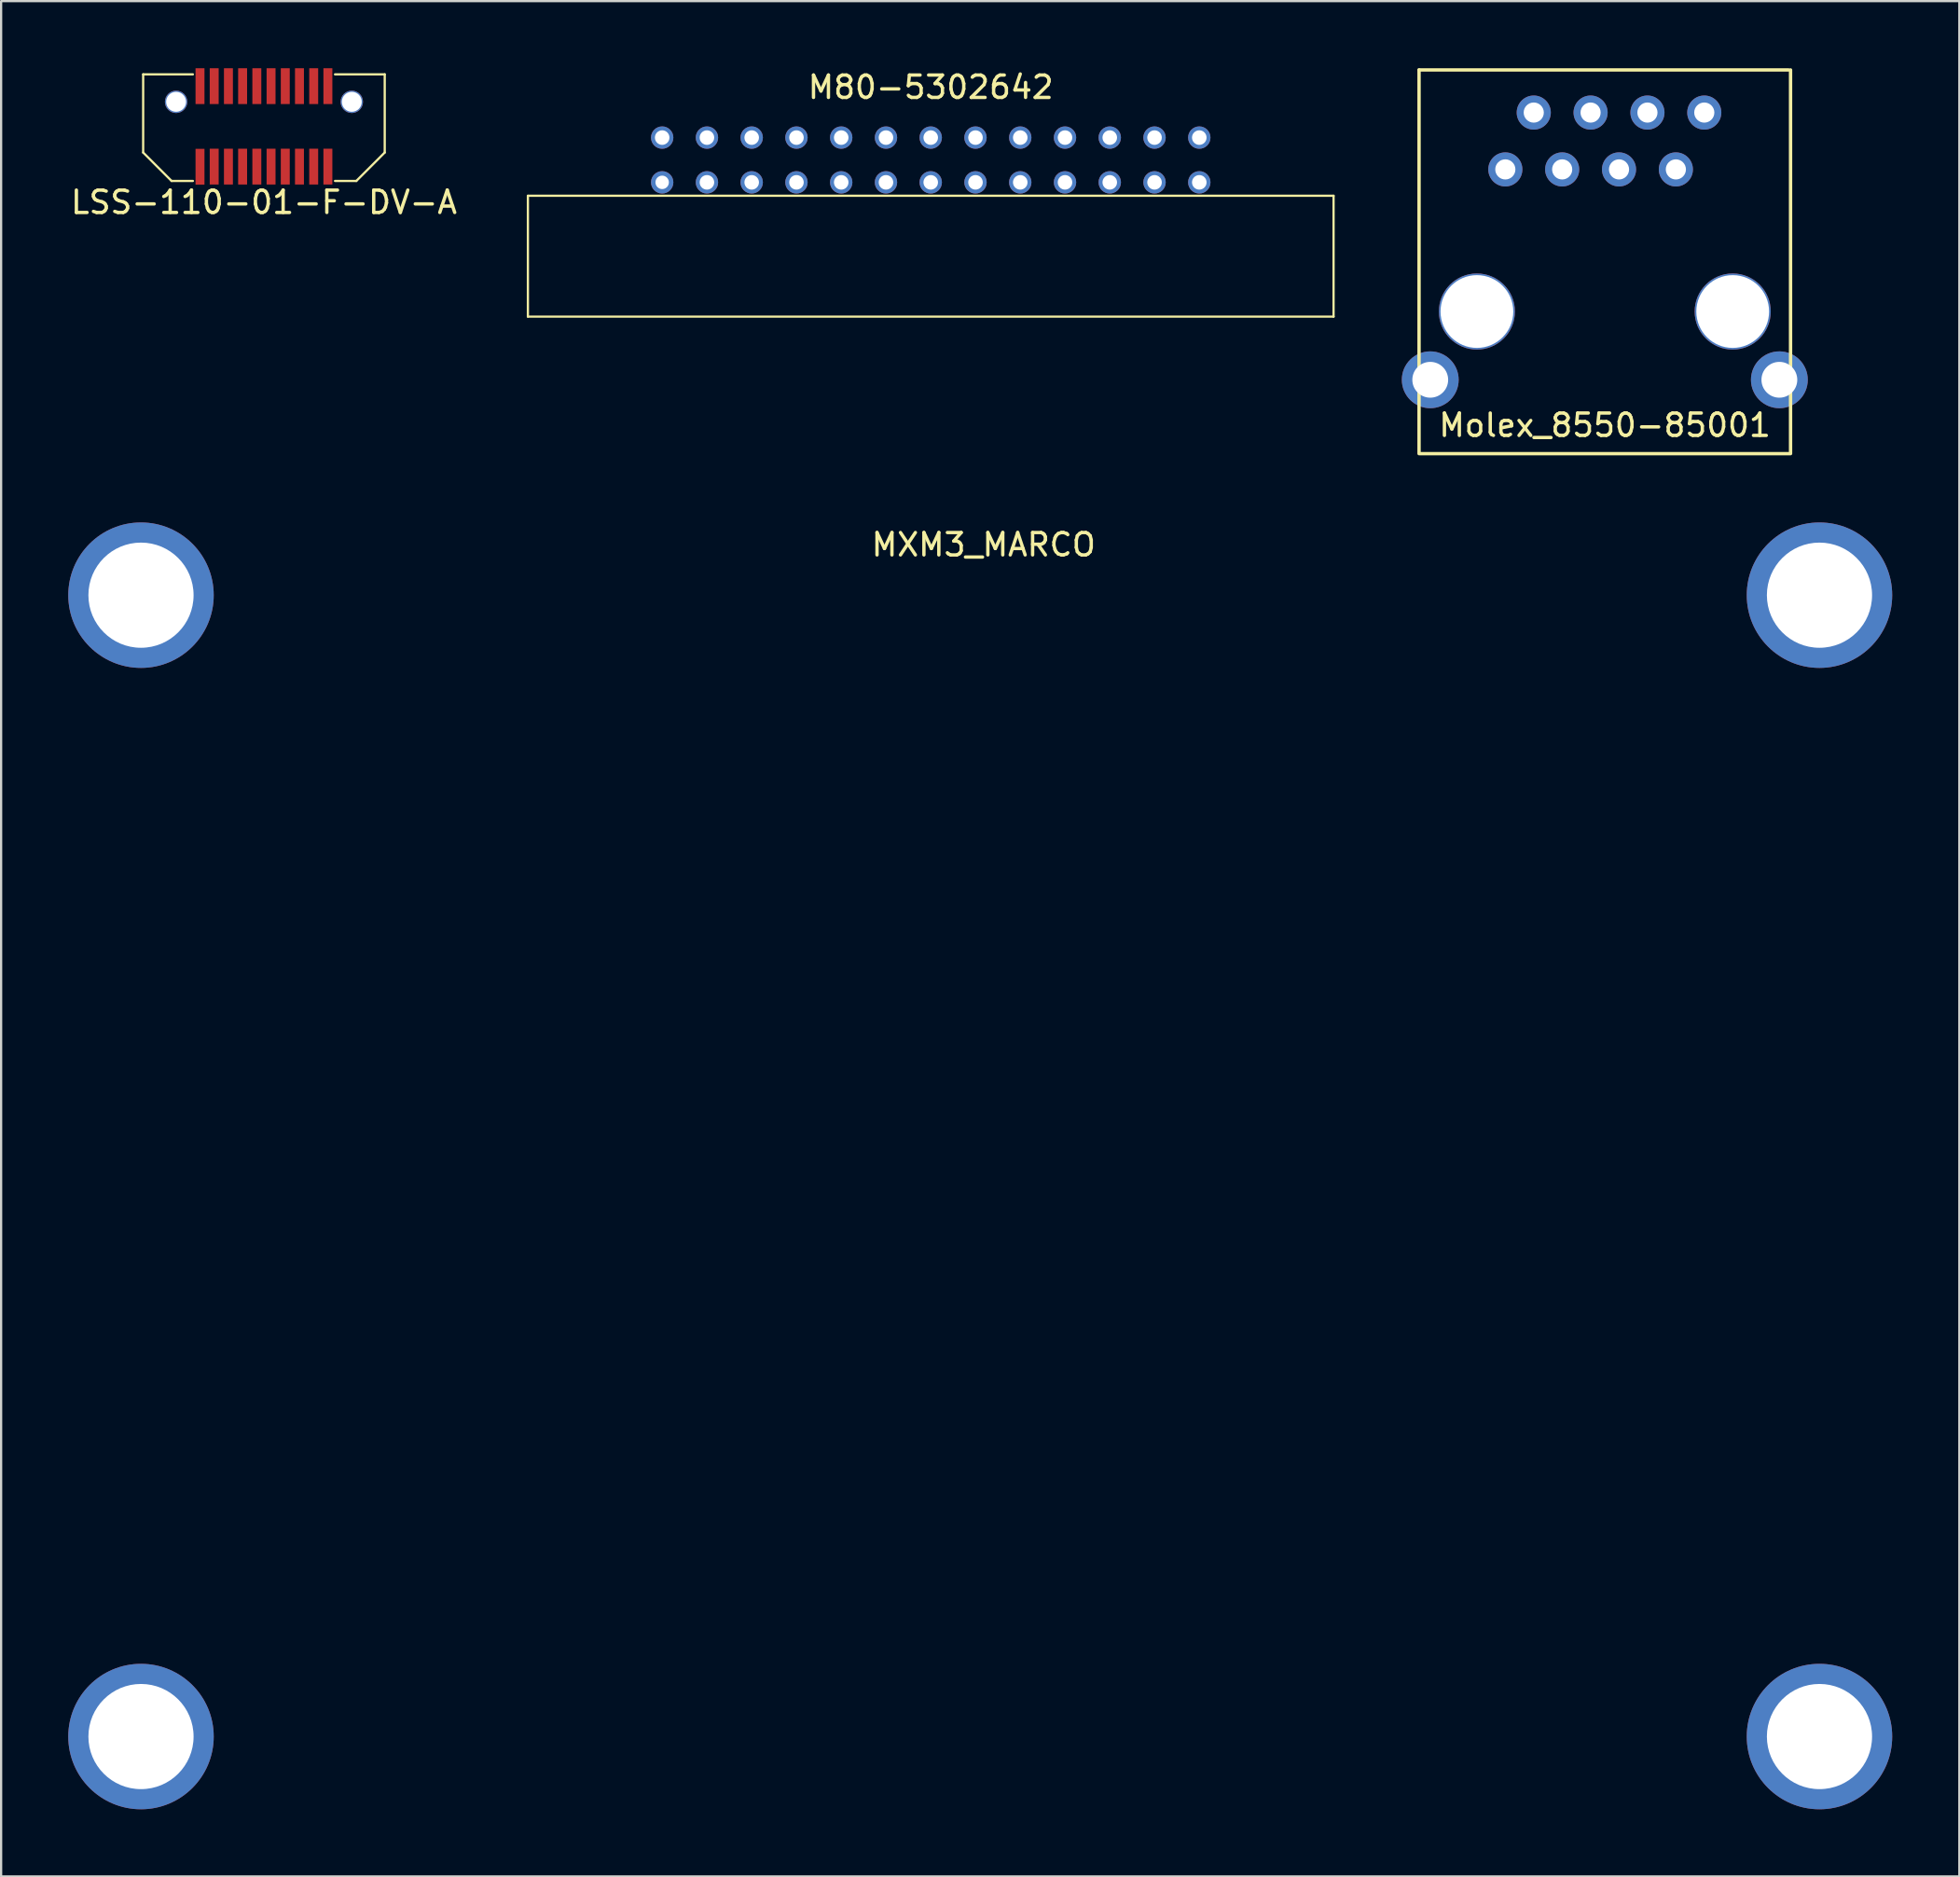
<source format=kicad_pcb>
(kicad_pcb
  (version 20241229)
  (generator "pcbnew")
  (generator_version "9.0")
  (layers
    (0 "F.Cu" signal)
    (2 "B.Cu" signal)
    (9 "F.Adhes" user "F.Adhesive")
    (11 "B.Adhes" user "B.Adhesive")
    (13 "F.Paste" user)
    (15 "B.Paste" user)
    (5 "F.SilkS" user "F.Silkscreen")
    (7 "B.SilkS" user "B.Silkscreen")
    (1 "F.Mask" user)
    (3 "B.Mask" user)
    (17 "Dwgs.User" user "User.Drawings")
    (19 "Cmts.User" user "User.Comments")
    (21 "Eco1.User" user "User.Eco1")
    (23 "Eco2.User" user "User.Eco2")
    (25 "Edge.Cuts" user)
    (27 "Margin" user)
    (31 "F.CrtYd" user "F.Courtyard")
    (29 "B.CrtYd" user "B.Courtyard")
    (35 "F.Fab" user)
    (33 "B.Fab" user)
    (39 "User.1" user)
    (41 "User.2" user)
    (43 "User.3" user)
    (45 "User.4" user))
  (footprint "LSS-110-01-F-DV-A"
    (layer "F.Cu")
    (at 8.744 2.6)
    (property "Reference" "LSS-110-01-F-DV-A" (at 0 3.388 0) (layer "F.SilkS") (effects (font (size 1 1) (thickness 0.15))))
    (attr smd)
    (fp_line (start -5.397 1.165) (end -5.397 -2.328) (stroke (width 0.1) (type solid)) (layer "F.SilkS"))
    (fp_line (start -4.128 2.435) (end -5.397 1.165) (stroke (width 0.1) (type solid)) (layer "F.SilkS"))
    (fp_line (start -3.175 -2.328) (end -5.397 -2.328) (stroke (width 0.1) (type solid)) (layer "F.SilkS"))
    (fp_line (start -3.175 2.435) (end -4.128 2.435) (stroke (width 0.1) (type solid)) (layer "F.SilkS"))
    (fp_line (start 3.175 2.435) (end 4.128 2.435) (stroke (width 0.1) (type solid)) (layer "F.SilkS"))
    (fp_line (start 4.128 2.435) (end 5.397 1.165) (stroke (width 0.1) (type solid)) (layer "F.SilkS"))
    (fp_line (start 5.397 -2.328) (end 3.175 -2.328) (stroke (width 0.1) (type solid)) (layer "F.SilkS"))
    (fp_line (start 5.397 1.165) (end 5.397 -2.328) (stroke (width 0.1) (type solid)) (layer "F.SilkS"))
    (pad "" thru_hole circle (at -3.925 -1.1) (size 1 1) (drill 0.89) (layers "*.Cu" "*.Mask"))
    (pad "" thru_hole circle (at 3.925 -1.1) (size 1 1) (drill 0.89) (layers "*.Cu" "*.Mask"))
    (pad "1" smd rect (at 2.857 1.795) (size 0.4 1.6) (layers "F.Cu" "F.Mask" "F.Paste"))
    (pad "2" smd rect (at 2.857 -1.8) (size 0.4 1.6) (layers "F.Cu" "F.Mask" "F.Paste"))
    (pad "3" smd rect (at 2.223 1.795) (size 0.4 1.6) (layers "F.Cu" "F.Mask" "F.Paste"))
    (pad "4" smd rect (at 2.223 -1.8) (size 0.4 1.6) (layers "F.Cu" "F.Mask" "F.Paste"))
    (pad "5" smd rect (at 1.587 1.795) (size 0.4 1.6) (layers "F.Cu" "F.Mask" "F.Paste"))
    (pad "6" smd rect (at 1.587 -1.8) (size 0.4 1.6) (layers "F.Cu" "F.Mask" "F.Paste"))
    (pad "7" smd rect (at 0.953 1.795) (size 0.4 1.6) (layers "F.Cu" "F.Mask" "F.Paste"))
    (pad "8" smd rect (at 0.953 -1.8) (size 0.4 1.6) (layers "F.Cu" "F.Mask" "F.Paste"))
    (pad "9" smd rect (at 0.318 1.795) (size 0.4 1.6) (layers "F.Cu" "F.Mask" "F.Paste"))
    (pad "10" smd rect (at 0.318 -1.8) (size 0.4 1.6) (layers "F.Cu" "F.Mask" "F.Paste"))
    (pad "11" smd rect (at -0.318 1.795) (size 0.4 1.6) (layers "F.Cu" "F.Mask" "F.Paste"))
    (pad "12" smd rect (at -0.318 -1.8) (size 0.4 1.6) (layers "F.Cu" "F.Mask" "F.Paste"))
    (pad "13" smd rect (at -0.953 1.795) (size 0.4 1.6) (layers "F.Cu" "F.Mask" "F.Paste"))
    (pad "14" smd rect (at -0.953 -1.8) (size 0.4 1.6) (layers "F.Cu" "F.Mask" "F.Paste"))
    (pad "15" smd rect (at -1.587 1.795) (size 0.4 1.6) (layers "F.Cu" "F.Mask" "F.Paste"))
    (pad "16" smd rect (at -1.587 -1.8) (size 0.4 1.6) (layers "F.Cu" "F.Mask" "F.Paste"))
    (pad "17" smd rect (at -2.223 1.795) (size 0.4 1.6) (layers "F.Cu" "F.Mask" "F.Paste"))
    (pad "18" smd rect (at -2.223 -1.8) (size 0.4 1.6) (layers "F.Cu" "F.Mask" "F.Paste"))
    (pad "19" smd rect (at -2.857 1.8) (size 0.4 1.6) (layers "F.Cu" "F.Mask" "F.Paste"))
    (pad "20" smd rect (at -2.857 -1.8) (size 0.4 1.6) (layers "F.Cu" "F.Mask" "F.Paste")))
  (footprint "MXM3_MARCO"
    (layer "F.Cu")
    (at 0.5 30.545)
    (property "Reference" "MXM3_MARCO" (at 40.4 -9.255 0) (layer "F.SilkS") (effects (font (size 1 1) (thickness 0.15))))
    (attr through_hole)
    (pad "19" thru_hole circle (at 2.75 -7) (size 6.5 6.5) (drill 4.7) (layers "*.Cu" "*.Mask"))
    (pad "21" thru_hole circle (at 2.75 44) (size 6.5 6.5) (drill 4.7) (layers "*.Cu" "*.Mask"))
    (pad "22" thru_hole circle (at 77.75 -7) (size 6.5 6.5) (drill 4.7) (layers "*.Cu" "*.Mask"))
    (pad "166" thru_hole circle (at 77.75 44) (size 6.5 6.5) (drill 4.7) (layers "*.Cu" "*.Mask")))
  (footprint "M80-5302642"
    (layer "F.Cu")
    (at 38.538 4.098)
    (property "Reference" "M80-5302642" (at 0 -3.25 0) (layer "F.SilkS") (effects (font (size 1 1) (thickness 0.15))))
    (attr through_hole)
    (fp_line (start -18 7) (end -18 1.6) (stroke (width 0.1) (type solid)) (layer "F.SilkS"))
    (fp_line (start 18 1.6) (end -18 1.6) (stroke (width 0.1) (type solid)) (layer "F.SilkS"))
    (fp_line (start 18 1.6) (end 18 7) (stroke (width 0.1) (type solid)) (layer "F.SilkS"))
    (fp_line (start 18 7) (end -18 7) (stroke (width 0.1) (type solid)) (layer "F.SilkS"))
    (pad "1" thru_hole circle (at 12 -1 180) (size 1 1) (drill 0.65) (layers "*.Cu" "*.Mask"))
    (pad "2" thru_hole circle (at 10 -1 180) (size 1 1) (drill 0.65) (layers "*.Cu" "*.Mask"))
    (pad "3" thru_hole circle (at 8 -1 180) (size 1 1) (drill 0.65) (layers "*.Cu" "*.Mask"))
    (pad "4" thru_hole circle (at 6 -1 180) (size 1 1) (drill 0.65) (layers "*.Cu" "*.Mask"))
    (pad "5" thru_hole circle (at 4 -1 180) (size 1 1) (drill 0.65) (layers "*.Cu" "*.Mask"))
    (pad "6" thru_hole circle (at 2 -1 180) (size 1 1) (drill 0.65) (layers "*.Cu" "*.Mask"))
    (pad "7" thru_hole circle (at 0 -1 180) (size 1 1) (drill 0.65) (layers "*.Cu" "*.Mask"))
    (pad "8" thru_hole circle (at -2 -1 180) (size 1 1) (drill 0.65) (layers "*.Cu" "*.Mask"))
    (pad "9" thru_hole circle (at -4 -1 180) (size 1 1) (drill 0.65) (layers "*.Cu" "*.Mask"))
    (pad "10" thru_hole circle (at -6 -1 180) (size 1 1) (drill 0.65) (layers "*.Cu" "*.Mask"))
    (pad "11" thru_hole circle (at -8 -1 180) (size 1 1) (drill 0.65) (layers "*.Cu" "*.Mask"))
    (pad "12" thru_hole circle (at -10 -1 180) (size 1 1) (drill 0.65) (layers "*.Cu" "*.Mask"))
    (pad "13" thru_hole circle (at -12 -1 180) (size 1 1) (drill 0.65) (layers "*.Cu" "*.Mask"))
    (pad "14" thru_hole circle (at -12 1 180) (size 1 1) (drill 0.6) (layers "*.Cu" "*.Mask"))
    (pad "15" thru_hole circle (at -10 1 180) (size 1 1) (drill 0.65) (layers "*.Cu" "*.Mask"))
    (pad "16" thru_hole circle (at -8 1 180) (size 1 1) (drill 0.65) (layers "*.Cu" "*.Mask"))
    (pad "17" thru_hole circle (at -6 1 180) (size 1 1) (drill 0.65) (layers "*.Cu" "*.Mask"))
    (pad "18" thru_hole circle (at -4 1 180) (size 1 1) (drill 0.65) (layers "*.Cu" "*.Mask"))
    (pad "19" thru_hole circle (at -2 1 180) (size 1 1) (drill 0.65) (layers "*.Cu" "*.Mask"))
    (pad "20" thru_hole circle (at 0 1 180) (size 1 1) (drill 0.65) (layers "*.Cu" "*.Mask"))
    (pad "21" thru_hole circle (at 2 1 180) (size 1 1) (drill 0.65) (layers "*.Cu" "*.Mask"))
    (pad "22" thru_hole circle (at 4 1 180) (size 1 1) (drill 0.65) (layers "*.Cu" "*.Mask"))
    (pad "23" thru_hole circle (at 6 1 180) (size 1 1) (drill 0.65) (layers "*.Cu" "*.Mask"))
    (pad "24" thru_hole circle (at 8 1 180) (size 1 1) (drill 0.65) (layers "*.Cu" "*.Mask"))
    (pad "25" thru_hole circle (at 10 1 180) (size 1 1) (drill 0.65) (layers "*.Cu" "*.Mask"))
    (pad "26" thru_hole circle (at 12 1 180) (size 1 1) (drill 0.65) (layers "*.Cu" "*.Mask")))
  (footprint "Molex_8550-85001"
    (layer "F.Cu")
    (at 68.658 4.52)
    (property "Reference" "Molex_8550-85001" (at 0 11.43 0) (layer "F.SilkS") (effects (font (size 1 1) (thickness 0.15))))
    (attr through_hole)
    (fp_line (start -8.3 -4.445) (end -8.3 12.7) (stroke (width 0.15) (type solid)) (layer "F.SilkS"))
    (fp_line (start -8.3 -4.445) (end 8.21 -4.445) (stroke (width 0.15) (type solid)) (layer "F.SilkS"))
    (fp_line (start 8.255 12.7) (end -8.255 12.7) (stroke (width 0.15) (type solid)) (layer "F.SilkS"))
    (fp_line (start 8.3 12.7) (end 8.3 -4.445) (stroke (width 0.15) (type solid)) (layer "F.SilkS"))
    (pad "" thru_hole circle (at -5.715 6.35) (size 3.4 3.4) (drill 3.25) (layers "*.Cu" "*.Mask"))
    (pad "" thru_hole circle (at 5.715 6.35) (size 3.4 3.4) (drill 3.25) (layers "*.Cu" "*.Mask"))
    (pad "1" thru_hole circle (at -4.445 0) (size 1.524 1.524) (drill 0.9) (layers "*.Cu" "*.Mask"))
    (pad "2" thru_hole circle (at -3.175 -2.54) (size 1.524 1.524) (drill 0.9) (layers "*.Cu" "*.Mask"))
    (pad "3" thru_hole circle (at -1.905 0) (size 1.524 1.524) (drill 0.9) (layers "*.Cu" "*.Mask"))
    (pad "4" thru_hole circle (at -0.635 -2.54) (size 1.524 1.524) (drill 0.9) (layers "*.Cu" "*.Mask"))
    (pad "5" thru_hole circle (at 0.635 0) (size 1.524 1.524) (drill 0.9) (layers "*.Cu" "*.Mask"))
    (pad "6" thru_hole circle (at 1.905 -2.54) (size 1.524 1.524) (drill 0.9) (layers "*.Cu" "*.Mask"))
    (pad "7" thru_hole circle (at 3.175 0) (size 1.524 1.524) (drill 0.9) (layers "*.Cu" "*.Mask"))
    (pad "8" thru_hole circle (at 4.445 -2.54) (size 1.524 1.524) (drill 0.9) (layers "*.Cu" "*.Mask"))
    (pad "9" thru_hole circle (at -7.8 9.4) (size 2.54 2.54) (drill 1.6) (layers "*.Cu" "*.Mask"))
    (pad "9" thru_hole circle (at 7.8 9.4) (size 2.54 2.54) (drill 1.6) (layers "*.Cu" "*.Mask")))
  (gr_rect
    (start -3 -3)
    (end 84.5 80.795)
    (stroke (width 0.1) (type default))
    (fill no)
    (layer "Edge.Cuts")))
</source>
